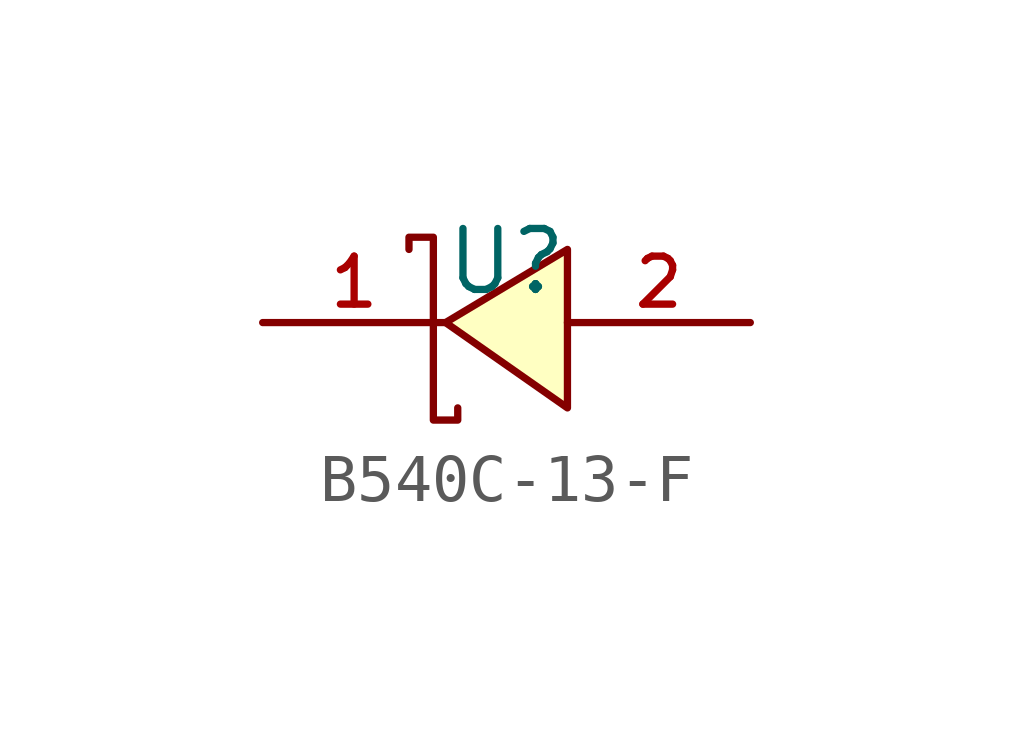
<source format=kicad_sym>
(kicad_symbol_lib
  (version 20210201)
  (generator TousstNicolas/JLC2KiCad_lib)
  (symbol "B540C-13-F"
    (pin_names hide)
    (property "Reference" "U"
      (at 0 1.27 0)
      (effects (font (size 1.27 1.27))))
    (symbol "B540C-13-F_0_1"
      (pin unspecified line (at 5.08 -0.0 180) (length 3.81) (name "A" (effects (font (size 1 1)))) (number "2" (effects (font (size 1 1)))))
      (pin unspecified line (at -5.08 -0.0 0) (length 3.81) (name "K" (effects (font (size 1 1)))) (number "1" (effects (font (size 1 1)))))
      (polyline (pts (xy -2.032 1.524) (xy -2.032 1.778) (xy -1.524 1.778) (xy -1.524 -2.032) (xy -1.016 -2.032) (xy -1.016 -1.778)) (stroke (width 0) (type default) (color 0 0 0 0)) (fill (type none)))
      (polyline (pts (xy 1.27 1.524) (xy -1.27 -0.0) (xy 1.27 -1.778) (xy 1.27 1.524)) (stroke (width 0) (type default) (color 0 0 0 0)) (fill (type background))))))
</source>
